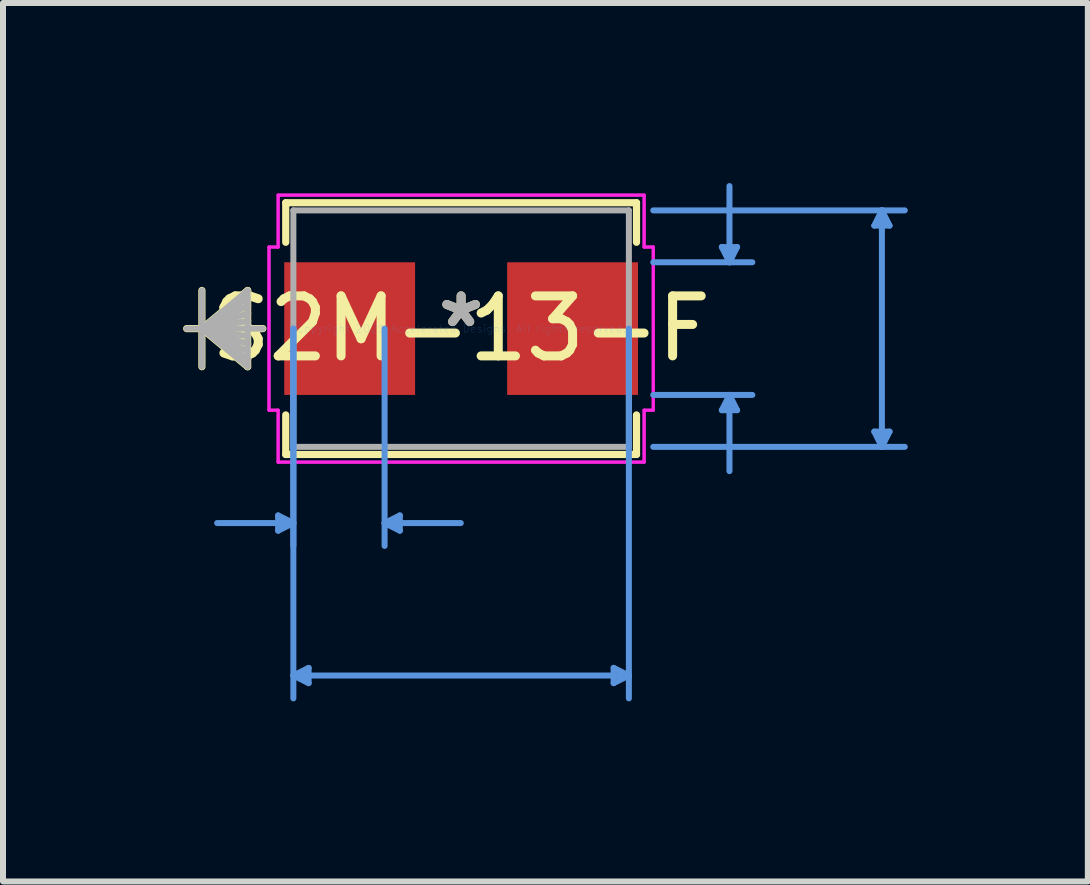
<source format=kicad_pcb>
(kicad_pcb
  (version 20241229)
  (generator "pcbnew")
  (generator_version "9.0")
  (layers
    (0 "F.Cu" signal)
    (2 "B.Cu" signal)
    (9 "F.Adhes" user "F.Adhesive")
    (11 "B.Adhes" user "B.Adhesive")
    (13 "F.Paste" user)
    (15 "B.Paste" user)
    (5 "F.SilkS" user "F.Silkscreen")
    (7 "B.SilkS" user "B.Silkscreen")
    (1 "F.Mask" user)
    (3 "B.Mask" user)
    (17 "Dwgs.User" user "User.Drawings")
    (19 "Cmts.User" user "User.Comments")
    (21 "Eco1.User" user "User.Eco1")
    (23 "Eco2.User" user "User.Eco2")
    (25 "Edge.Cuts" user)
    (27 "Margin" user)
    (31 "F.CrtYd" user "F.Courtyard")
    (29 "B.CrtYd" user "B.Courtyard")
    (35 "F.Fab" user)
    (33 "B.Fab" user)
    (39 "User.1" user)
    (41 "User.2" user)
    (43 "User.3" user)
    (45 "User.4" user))
  (footprint "S2M-13-F"
    (layer "F.Cu")
    (at 4.633 2.425)
    (property "Reference" "S2M-13-F" (at 0 0 0) (layer "F.SilkS") (effects (font (size 1 1) (thickness 0.15))))
    (attr through_hole)
    (fp_line (start -4.319 -0.635) (end -4.319 0.635) (stroke (width 0.12) (type solid)) (layer "F.SilkS"))
    (fp_line (start -4.319 0) (end -3.557 -0.635) (stroke (width 0.12) (type solid)) (layer "F.SilkS"))
    (fp_line (start -4.319 0) (end -3.557 -0.508) (stroke (width 0.12) (type solid)) (layer "F.SilkS"))
    (fp_line (start -4.319 0) (end -3.557 -0.381) (stroke (width 0.12) (type solid)) (layer "F.SilkS"))
    (fp_line (start -4.319 0) (end -3.557 -0.254) (stroke (width 0.12) (type solid)) (layer "F.SilkS"))
    (fp_line (start -4.319 0) (end -3.557 -0.127) (stroke (width 0.12) (type solid)) (layer "F.SilkS"))
    (fp_line (start -4.319 0) (end -3.557 0.127) (stroke (width 0.12) (type solid)) (layer "F.SilkS"))
    (fp_line (start -4.319 0) (end -3.557 0.254) (stroke (width 0.12) (type solid)) (layer "F.SilkS"))
    (fp_line (start -4.319 0) (end -3.557 0.381) (stroke (width 0.12) (type solid)) (layer "F.SilkS"))
    (fp_line (start -4.319 0) (end -3.557 0.508) (stroke (width 0.12) (type solid)) (layer "F.SilkS"))
    (fp_line (start -4.319 0) (end -3.557 0.635) (stroke (width 0.12) (type solid)) (layer "F.SilkS"))
    (fp_line (start -3.557 -0.635) (end -3.557 0.635) (stroke (width 0.12) (type solid)) (layer "F.SilkS"))
    (fp_line (start -3.303 0) (end -4.573 0) (stroke (width 0.12) (type solid)) (layer "F.SilkS"))
    (fp_line (start -2.922 -2.097) (end -2.922 -1.438) (stroke (width 0.12) (type solid)) (layer "F.SilkS"))
    (fp_line (start -2.922 1.438) (end -2.922 2.097) (stroke (width 0.12) (type solid)) (layer "F.SilkS"))
    (fp_line (start -2.922 2.097) (end 2.922 2.097) (stroke (width 0.12) (type solid)) (layer "F.SilkS"))
    (fp_line (start 2.922 -2.097) (end -2.922 -2.097) (stroke (width 0.12) (type solid)) (layer "F.SilkS"))
    (fp_line (start 2.922 -1.438) (end 2.922 -2.097) (stroke (width 0.12) (type solid)) (layer "F.SilkS"))
    (fp_line (start 2.922 2.097) (end 2.922 1.438) (stroke (width 0.12) (type solid)) (layer "F.SilkS"))
    (fp_line (start -3.049 3.113) (end -3.049 3.367) (stroke (width 0.1) (type solid)) (layer "Cmts.User"))
    (fp_line (start -2.795 0) (end -2.795 3.621) (stroke (width 0.1) (type solid)) (layer "Cmts.User"))
    (fp_line (start -2.795 0) (end -2.795 6.161) (stroke (width 0.1) (type solid)) (layer "Cmts.User"))
    (fp_line (start -2.795 3.24) (end -4.065 3.24) (stroke (width 0.1) (type solid)) (layer "Cmts.User"))
    (fp_line (start -2.795 3.24) (end -3.049 3.113) (stroke (width 0.1) (type solid)) (layer "Cmts.User"))
    (fp_line (start -2.795 3.24) (end -3.049 3.367) (stroke (width 0.1) (type solid)) (layer "Cmts.User"))
    (fp_line (start -2.795 5.78) (end -2.541 5.653) (stroke (width 0.1) (type solid)) (layer "Cmts.User"))
    (fp_line (start -2.795 5.78) (end -2.541 5.907) (stroke (width 0.1) (type solid)) (layer "Cmts.User"))
    (fp_line (start -2.795 5.78) (end 2.795 5.78) (stroke (width 0.1) (type solid)) (layer "Cmts.User"))
    (fp_line (start -2.541 5.653) (end -2.541 5.907) (stroke (width 0.1) (type solid)) (layer "Cmts.User"))
    (fp_line (start -1.275 0) (end -1.275 3.621) (stroke (width 0.1) (type solid)) (layer "Cmts.User"))
    (fp_line (start -1.275 3.24) (end -1.021 3.113) (stroke (width 0.1) (type solid)) (layer "Cmts.User"))
    (fp_line (start -1.275 3.24) (end -1.021 3.367) (stroke (width 0.1) (type solid)) (layer "Cmts.User"))
    (fp_line (start -1.275 3.24) (end -0.005 3.24) (stroke (width 0.1) (type solid)) (layer "Cmts.User"))
    (fp_line (start -1.021 3.113) (end -1.021 3.367) (stroke (width 0.1) (type solid)) (layer "Cmts.User"))
    (fp_line (start 2.541 5.653) (end 2.541 5.907) (stroke (width 0.1) (type solid)) (layer "Cmts.User"))
    (fp_line (start 2.795 0) (end 2.795 6.161) (stroke (width 0.1) (type solid)) (layer "Cmts.User"))
    (fp_line (start 2.795 5.78) (end 2.541 5.653) (stroke (width 0.1) (type solid)) (layer "Cmts.User"))
    (fp_line (start 2.795 5.78) (end 2.541 5.907) (stroke (width 0.1) (type solid)) (layer "Cmts.User"))
    (fp_line (start 3.201 -1.97) (end 7.392 -1.97) (stroke (width 0.1) (type solid)) (layer "Cmts.User"))
    (fp_line (start 3.201 -1.105) (end 4.852 -1.105) (stroke (width 0.1) (type solid)) (layer "Cmts.User"))
    (fp_line (start 3.201 1.105) (end 4.852 1.105) (stroke (width 0.1) (type solid)) (layer "Cmts.User"))
    (fp_line (start 3.201 1.97) (end 7.392 1.97) (stroke (width 0.1) (type solid)) (layer "Cmts.User"))
    (fp_line (start 4.344 -1.359) (end 4.598 -1.359) (stroke (width 0.1) (type solid)) (layer "Cmts.User"))
    (fp_line (start 4.344 1.359) (end 4.598 1.359) (stroke (width 0.1) (type solid)) (layer "Cmts.User"))
    (fp_line (start 4.471 -1.105) (end 4.344 -1.359) (stroke (width 0.1) (type solid)) (layer "Cmts.User"))
    (fp_line (start 4.471 -1.105) (end 4.471 -2.375) (stroke (width 0.1) (type solid)) (layer "Cmts.User"))
    (fp_line (start 4.471 -1.105) (end 4.598 -1.359) (stroke (width 0.1) (type solid)) (layer "Cmts.User"))
    (fp_line (start 4.471 1.105) (end 4.344 1.359) (stroke (width 0.1) (type solid)) (layer "Cmts.User"))
    (fp_line (start 4.471 1.105) (end 4.471 2.375) (stroke (width 0.1) (type solid)) (layer "Cmts.User"))
    (fp_line (start 4.471 1.105) (end 4.598 1.359) (stroke (width 0.1) (type solid)) (layer "Cmts.User"))
    (fp_line (start 6.884 -1.716) (end 7.138 -1.716) (stroke (width 0.1) (type solid)) (layer "Cmts.User"))
    (fp_line (start 6.884 1.716) (end 7.138 1.716) (stroke (width 0.1) (type solid)) (layer "Cmts.User"))
    (fp_line (start 7.011 -1.97) (end 6.884 -1.716) (stroke (width 0.1) (type solid)) (layer "Cmts.User"))
    (fp_line (start 7.011 -1.97) (end 7.011 1.97) (stroke (width 0.1) (type solid)) (layer "Cmts.User"))
    (fp_line (start 7.011 -1.97) (end 7.138 -1.716) (stroke (width 0.1) (type solid)) (layer "Cmts.User"))
    (fp_line (start 7.011 1.97) (end 6.884 1.716) (stroke (width 0.1) (type solid)) (layer "Cmts.User"))
    (fp_line (start 7.011 1.97) (end 7.138 1.716) (stroke (width 0.1) (type solid)) (layer "Cmts.User"))
    (fp_line (start -3.201 -1.359) (end -3.049 -1.359) (stroke (width 0.05) (type solid)) (layer "F.CrtYd"))
    (fp_line (start -3.201 -1.359) (end -3.049 -1.359) (stroke (width 0.05) (type solid)) (layer "F.CrtYd"))
    (fp_line (start -3.201 1.359) (end -3.201 -1.359) (stroke (width 0.05) (type solid)) (layer "F.CrtYd"))
    (fp_line (start -3.201 1.359) (end -3.201 -1.359) (stroke (width 0.05) (type solid)) (layer "F.CrtYd"))
    (fp_line (start -3.049 -2.224) (end 3.049 -2.224) (stroke (width 0.05) (type solid)) (layer "F.CrtYd"))
    (fp_line (start -3.049 -2.224) (end 3.049 -2.224) (stroke (width 0.05) (type solid)) (layer "F.CrtYd"))
    (fp_line (start -3.049 -1.359) (end -3.049 -2.224) (stroke (width 0.05) (type solid)) (layer "F.CrtYd"))
    (fp_line (start -3.049 -1.359) (end -3.049 -2.224) (stroke (width 0.05) (type solid)) (layer "F.CrtYd"))
    (fp_line (start -3.049 1.359) (end -3.201 1.359) (stroke (width 0.05) (type solid)) (layer "F.CrtYd"))
    (fp_line (start -3.049 1.359) (end -3.201 1.359) (stroke (width 0.05) (type solid)) (layer "F.CrtYd"))
    (fp_line (start -3.049 2.224) (end -3.049 1.359) (stroke (width 0.05) (type solid)) (layer "F.CrtYd"))
    (fp_line (start -3.049 2.224) (end -3.049 1.359) (stroke (width 0.05) (type solid)) (layer "F.CrtYd"))
    (fp_line (start 3.049 -2.224) (end 3.049 -1.359) (stroke (width 0.05) (type solid)) (layer "F.CrtYd"))
    (fp_line (start 3.049 -2.224) (end 3.049 -1.359) (stroke (width 0.05) (type solid)) (layer "F.CrtYd"))
    (fp_line (start 3.049 -1.359) (end 3.201 -1.359) (stroke (width 0.05) (type solid)) (layer "F.CrtYd"))
    (fp_line (start 3.049 -1.359) (end 3.201 -1.359) (stroke (width 0.05) (type solid)) (layer "F.CrtYd"))
    (fp_line (start 3.049 1.359) (end 3.049 2.224) (stroke (width 0.05) (type solid)) (layer "F.CrtYd"))
    (fp_line (start 3.049 1.359) (end 3.049 2.224) (stroke (width 0.05) (type solid)) (layer "F.CrtYd"))
    (fp_line (start 3.049 2.224) (end -3.049 2.224) (stroke (width 0.05) (type solid)) (layer "F.CrtYd"))
    (fp_line (start 3.049 2.224) (end -3.049 2.224) (stroke (width 0.05) (type solid)) (layer "F.CrtYd"))
    (fp_line (start 3.201 -1.359) (end 3.201 1.359) (stroke (width 0.05) (type solid)) (layer "F.CrtYd"))
    (fp_line (start 3.201 -1.359) (end 3.201 1.359) (stroke (width 0.05) (type solid)) (layer "F.CrtYd"))
    (fp_line (start 3.201 1.359) (end 3.049 1.359) (stroke (width 0.05) (type solid)) (layer "F.CrtYd"))
    (fp_line (start 3.201 1.359) (end 3.049 1.359) (stroke (width 0.05) (type solid)) (layer "F.CrtYd"))
    (fp_line (start -4.319 -0.635) (end -4.319 0.635) (stroke (width 0.1) (type solid)) (layer "F.Fab"))
    (fp_line (start -4.319 0) (end -3.557 -0.635) (stroke (width 0.1) (type solid)) (layer "F.Fab"))
    (fp_line (start -4.319 0) (end -3.557 -0.508) (stroke (width 0.1) (type solid)) (layer "F.Fab"))
    (fp_line (start -4.319 0) (end -3.557 -0.381) (stroke (width 0.1) (type solid)) (layer "F.Fab"))
    (fp_line (start -4.319 0) (end -3.557 -0.254) (stroke (width 0.1) (type solid)) (layer "F.Fab"))
    (fp_line (start -4.319 0) (end -3.557 -0.127) (stroke (width 0.1) (type solid)) (layer "F.Fab"))
    (fp_line (start -4.319 0) (end -3.557 0.127) (stroke (width 0.1) (type solid)) (layer "F.Fab"))
    (fp_line (start -4.319 0) (end -3.557 0.254) (stroke (width 0.1) (type solid)) (layer "F.Fab"))
    (fp_line (start -4.319 0) (end -3.557 0.381) (stroke (width 0.1) (type solid)) (layer "F.Fab"))
    (fp_line (start -4.319 0) (end -3.557 0.508) (stroke (width 0.1) (type solid)) (layer "F.Fab"))
    (fp_line (start -4.319 0) (end -3.557 0.635) (stroke (width 0.1) (type solid)) (layer "F.Fab"))
    (fp_line (start -3.557 -0.635) (end -3.557 0.635) (stroke (width 0.1) (type solid)) (layer "F.Fab"))
    (fp_line (start -3.303 0) (end -4.573 0) (stroke (width 0.1) (type solid)) (layer "F.Fab"))
    (fp_line (start -2.795 -1.97) (end -2.795 1.97) (stroke (width 0.1) (type solid)) (layer "F.Fab"))
    (fp_line (start -2.795 1.97) (end 2.795 1.97) (stroke (width 0.1) (type solid)) (layer "F.Fab"))
    (fp_line (start 2.795 -1.97) (end -2.795 -1.97) (stroke (width 0.1) (type solid)) (layer "F.Fab"))
    (fp_line (start 2.795 1.97) (end 2.795 -1.97) (stroke (width 0.1) (type solid)) (layer "F.Fab"))
    (fp_text user "*" (at 0 0 0) (layer "F.SilkS") (effects (font (size 1 1) (thickness 0.15))))
    (fp_text user "Copyright 2021 Accelerated Designs. All rights reserved." (at 0 0 0) (layer "Cmts.User") (effects (font (size 0.127 0.127) (thickness 0.002))))
    (fp_text user "*" (at 0 0 0) (layer "F.Fab") (effects (font (size 1 1) (thickness 0.15))))
    (pad "1" smd rect (at -1.857 0 90) (size 2.21 2.18) (layers "F.Cu" "F.Mask" "F.Paste"))
    (pad "2" smd rect (at 1.857 0 90) (size 2.21 2.18) (layers "F.Cu" "F.Mask" "F.Paste")))
  (gr_rect
    (start -3 -3)
    (end 15.075 11.636)
    (stroke (width 0.1) (type default))
    (fill no)
    (layer "Edge.Cuts")))
</source>
